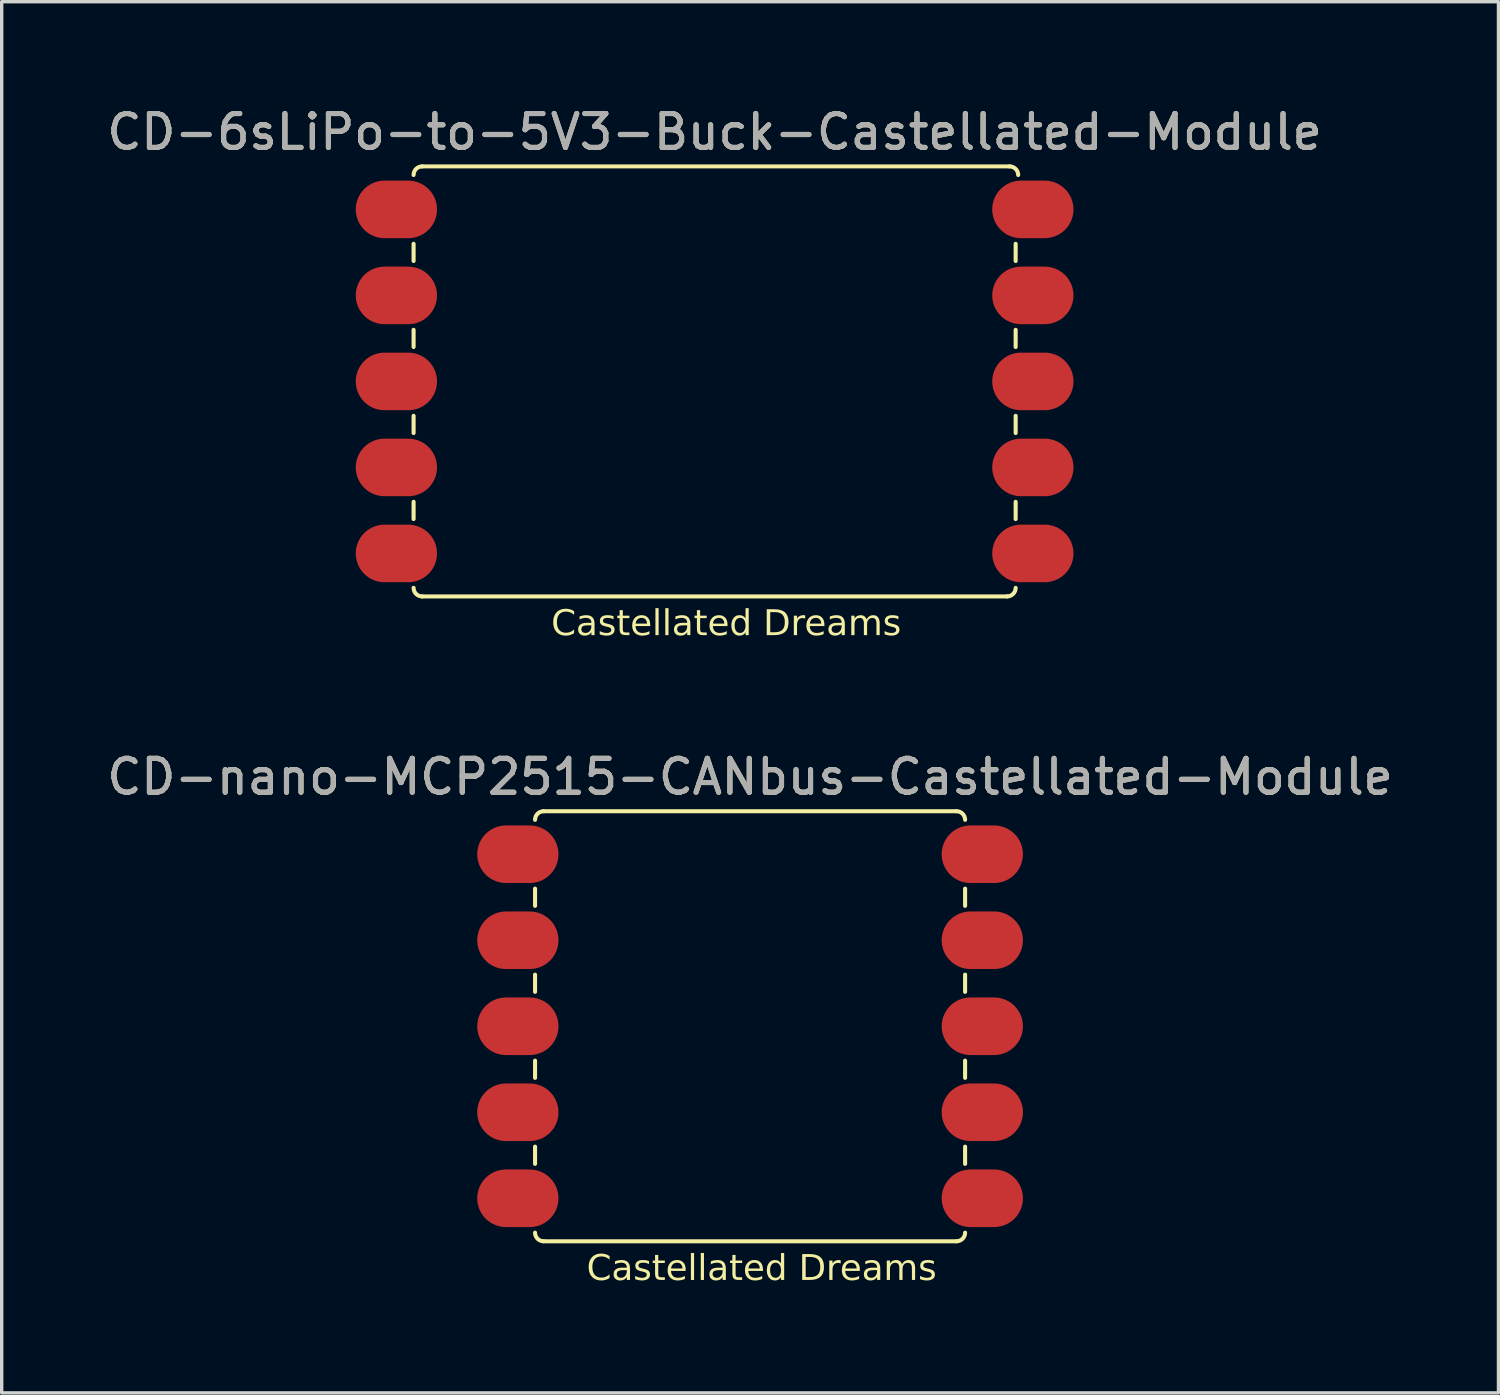
<source format=kicad_pcb>
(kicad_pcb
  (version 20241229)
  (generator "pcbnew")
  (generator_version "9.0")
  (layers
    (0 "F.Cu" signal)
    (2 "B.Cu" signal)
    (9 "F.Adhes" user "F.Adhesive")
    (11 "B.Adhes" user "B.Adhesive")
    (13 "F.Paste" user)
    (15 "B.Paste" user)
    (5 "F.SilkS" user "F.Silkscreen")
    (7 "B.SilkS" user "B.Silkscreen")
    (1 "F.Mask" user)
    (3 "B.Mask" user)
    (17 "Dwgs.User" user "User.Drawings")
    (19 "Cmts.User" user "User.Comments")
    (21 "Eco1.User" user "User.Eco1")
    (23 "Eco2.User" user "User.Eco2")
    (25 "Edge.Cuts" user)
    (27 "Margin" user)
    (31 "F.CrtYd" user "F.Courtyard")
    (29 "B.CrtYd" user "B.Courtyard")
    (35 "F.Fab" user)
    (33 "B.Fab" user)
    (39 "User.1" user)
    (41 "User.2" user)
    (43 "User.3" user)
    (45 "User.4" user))
  (footprint "CD-6sLiPo-to-5V3-Buck-Castellated-Module"
    (layer "F.Cu")
    (at 18.054 8.214)
    (property "Reference" "CD-6sLiPo-to-5V3-Buck-Castellated-Module" (at 0 -7.366 0) (unlocked yes) (layer "F.SilkS") (effects (font (size 1 1) (thickness 0.15))))
    (attr smd)
    (fp_line (start -8.89 -4.064) (end -8.89 -3.556) (stroke (width 0.12) (type default)) (layer "F.SilkS"))
    (fp_line (start -8.89 -1.524) (end -8.89 -1.016) (stroke (width 0.12) (type default)) (layer "F.SilkS"))
    (fp_line (start -8.89 1.016) (end -8.89 1.524) (stroke (width 0.12) (type default)) (layer "F.SilkS"))
    (fp_line (start -8.89 3.556) (end -8.89 4.064) (stroke (width 0.12) (type default)) (layer "F.SilkS"))
    (fp_line (start -8.636 -6.35) (end 8.71 -6.35) (stroke (width 0.12) (type default)) (layer "F.SilkS"))
    (fp_line (start -8.636 6.35) (end 8.636 6.35) (stroke (width 0.12) (type default)) (layer "F.SilkS"))
    (fp_line (start 8.89 -4.064) (end 8.89 -3.556) (stroke (width 0.12) (type default)) (layer "F.SilkS"))
    (fp_line (start 8.89 -1.524) (end 8.89 -1.016) (stroke (width 0.12) (type default)) (layer "F.SilkS"))
    (fp_line (start 8.89 1.016) (end 8.89 1.524) (stroke (width 0.12) (type default)) (layer "F.SilkS"))
    (fp_line (start 8.89 3.556) (end 8.89 4.064) (stroke (width 0.12) (type default)) (layer "F.SilkS"))
    (fp_arc (start -8.89 -6.096) (mid -8.815605 -6.275605) (end -8.636 -6.35) (stroke (width 0.12) (type default)) (layer "F.SilkS"))
    (fp_arc (start -8.636 6.35) (mid -8.815605 6.275605) (end -8.89 6.096) (stroke (width 0.12) (type default)) (layer "F.SilkS"))
    (fp_arc (start 8.710395 -6.35) (mid 8.89 -6.275605) (end 8.964395 -6.096) (stroke (width 0.12) (type default)) (layer "F.SilkS"))
    (fp_arc (start 8.89 6.096) (mid 8.815605 6.275605) (end 8.636 6.35) (stroke (width 0.12) (type default)) (layer "F.SilkS"))
    (fp_text user "Castellated Dreams" (at -4.826 7.62 0) (unlocked yes) (layer "F.SilkS") (effects (font (face "Century Gothic") (size 0.75 0.75) (thickness 0.15)) (justify left bottom)))
    (fp_text user "${REFERENCE}" (at 0 -7.366 0) (unlocked yes) (layer "F.Fab") (effects (font (size 1 1) (thickness 0.15))))
    (pad "1" smd oval (at -9.398 -5.08) (size 2.4 1.7) (layers "F.Cu" "F.Mask" "F.Paste"))
    (pad "2" smd oval (at -9.398 -2.54) (size 2.4 1.7) (layers "F.Cu" "F.Mask" "F.Paste"))
    (pad "3" smd oval (at -9.398 0) (size 2.4 1.7) (layers "F.Cu" "F.Mask" "F.Paste"))
    (pad "4" smd oval (at -9.398 2.54) (size 2.4 1.7) (layers "F.Cu" "F.Mask" "F.Paste"))
    (pad "5" smd oval (at -9.398 5.08) (size 2.4 1.7) (layers "F.Cu" "F.Mask" "F.Paste"))
    (pad "6" smd oval (at 9.398 5.08) (size 2.4 1.7) (layers "F.Cu" "F.Mask" "F.Paste"))
    (pad "7" smd oval (at 9.398 2.54) (size 2.4 1.7) (layers "F.Cu" "F.Mask" "F.Paste"))
    (pad "8" smd oval (at 9.398 0) (size 2.4 1.7) (layers "F.Cu" "F.Mask" "F.Paste"))
    (pad "9" smd oval (at 9.398 -2.54) (size 2.4 1.7) (layers "F.Cu" "F.Mask" "F.Paste"))
    (pad "10" smd oval (at 9.398 -5.08) (size 2.4 1.7) (layers "F.Cu" "F.Mask" "F.Paste")))
  (footprint "CD-nano-MCP2515-CANbus-Castellated-Module"
    (layer "F.Cu")
    (at 19.101 27.257)
    (property "Reference" "CD-nano-MCP2515-CANbus-Castellated-Module" (at 0 -7.366 0) (unlocked yes) (layer "F.SilkS") (effects (font (size 1 1) (thickness 0.15))))
    (attr smd)
    (fp_line (start -6.35 -4.064) (end -6.35 -3.556) (stroke (width 0.12) (type default)) (layer "F.SilkS"))
    (fp_line (start -6.35 -1.524) (end -6.35 -1.016) (stroke (width 0.12) (type default)) (layer "F.SilkS"))
    (fp_line (start -6.35 1.016) (end -6.35 1.524) (stroke (width 0.12) (type default)) (layer "F.SilkS"))
    (fp_line (start -6.35 3.556) (end -6.35 4.064) (stroke (width 0.12) (type default)) (layer "F.SilkS"))
    (fp_line (start -6.096 -6.35) (end 6.096 -6.35) (stroke (width 0.12) (type default)) (layer "F.SilkS"))
    (fp_line (start -6.096 6.35) (end 6.096 6.35) (stroke (width 0.12) (type default)) (layer "F.SilkS"))
    (fp_line (start 6.35 -4.064) (end 6.35 -3.556) (stroke (width 0.12) (type default)) (layer "F.SilkS"))
    (fp_line (start 6.35 -1.524) (end 6.35 -1.016) (stroke (width 0.12) (type default)) (layer "F.SilkS"))
    (fp_line (start 6.35 1.016) (end 6.35 1.524) (stroke (width 0.12) (type default)) (layer "F.SilkS"))
    (fp_line (start 6.35 3.556) (end 6.35 4.064) (stroke (width 0.12) (type default)) (layer "F.SilkS"))
    (fp_arc (start -6.35 -6.096) (mid -6.275605 -6.275605) (end -6.096 -6.35) (stroke (width 0.12) (type default)) (layer "F.SilkS"))
    (fp_arc (start -6.096 6.35) (mid -6.275605 6.275605) (end -6.35 6.096) (stroke (width 0.12) (type default)) (layer "F.SilkS"))
    (fp_arc (start 6.096 -6.35) (mid 6.275605 -6.275605) (end 6.35 -6.096) (stroke (width 0.12) (type default)) (layer "F.SilkS"))
    (fp_arc (start 6.35 6.096) (mid 6.275605 6.275605) (end 6.096 6.35) (stroke (width 0.12) (type default)) (layer "F.SilkS"))
    (fp_text user "Castellated Dreams" (at -4.826 7.62 0) (unlocked yes) (layer "F.SilkS") (effects (font (face "Century Gothic") (size 0.75 0.75) (thickness 0.15)) (justify left bottom)))
    (fp_text user "${REFERENCE}" (at 0 -7.366 0) (unlocked yes) (layer "F.Fab") (effects (font (size 1 1) (thickness 0.15))))
    (pad "1" smd oval (at -6.858 -5.08) (size 2.4 1.7) (layers "F.Cu" "F.Mask" "F.Paste"))
    (pad "2" smd oval (at -6.858 -2.54) (size 2.4 1.7) (layers "F.Cu" "F.Mask" "F.Paste"))
    (pad "3" smd oval (at -6.858 0) (size 2.4 1.7) (layers "F.Cu" "F.Mask" "F.Paste"))
    (pad "4" smd oval (at -6.858 2.54) (size 2.4 1.7) (layers "F.Cu" "F.Mask" "F.Paste"))
    (pad "5" smd oval (at -6.858 5.08) (size 2.4 1.7) (layers "F.Cu" "F.Mask" "F.Paste"))
    (pad "6" smd oval (at 6.858 5.08) (size 2.4 1.7) (layers "F.Cu" "F.Mask" "F.Paste"))
    (pad "7" smd oval (at 6.858 2.54) (size 2.4 1.7) (layers "F.Cu" "F.Mask" "F.Paste"))
    (pad "8" smd oval (at 6.858 0) (size 2.4 1.7) (layers "F.Cu" "F.Mask" "F.Paste"))
    (pad "9" smd oval (at 6.858 -2.54) (size 2.4 1.7) (layers "F.Cu" "F.Mask" "F.Paste"))
    (pad "10" smd oval (at 6.858 -5.08) (size 2.4 1.7) (layers "F.Cu" "F.Mask" "F.Paste")))
  (gr_rect
    (start -3 -3)
    (end 41.202 38.085)
    (stroke (width 0.1) (type default))
    (fill no)
    (layer "Edge.Cuts")))
</source>
